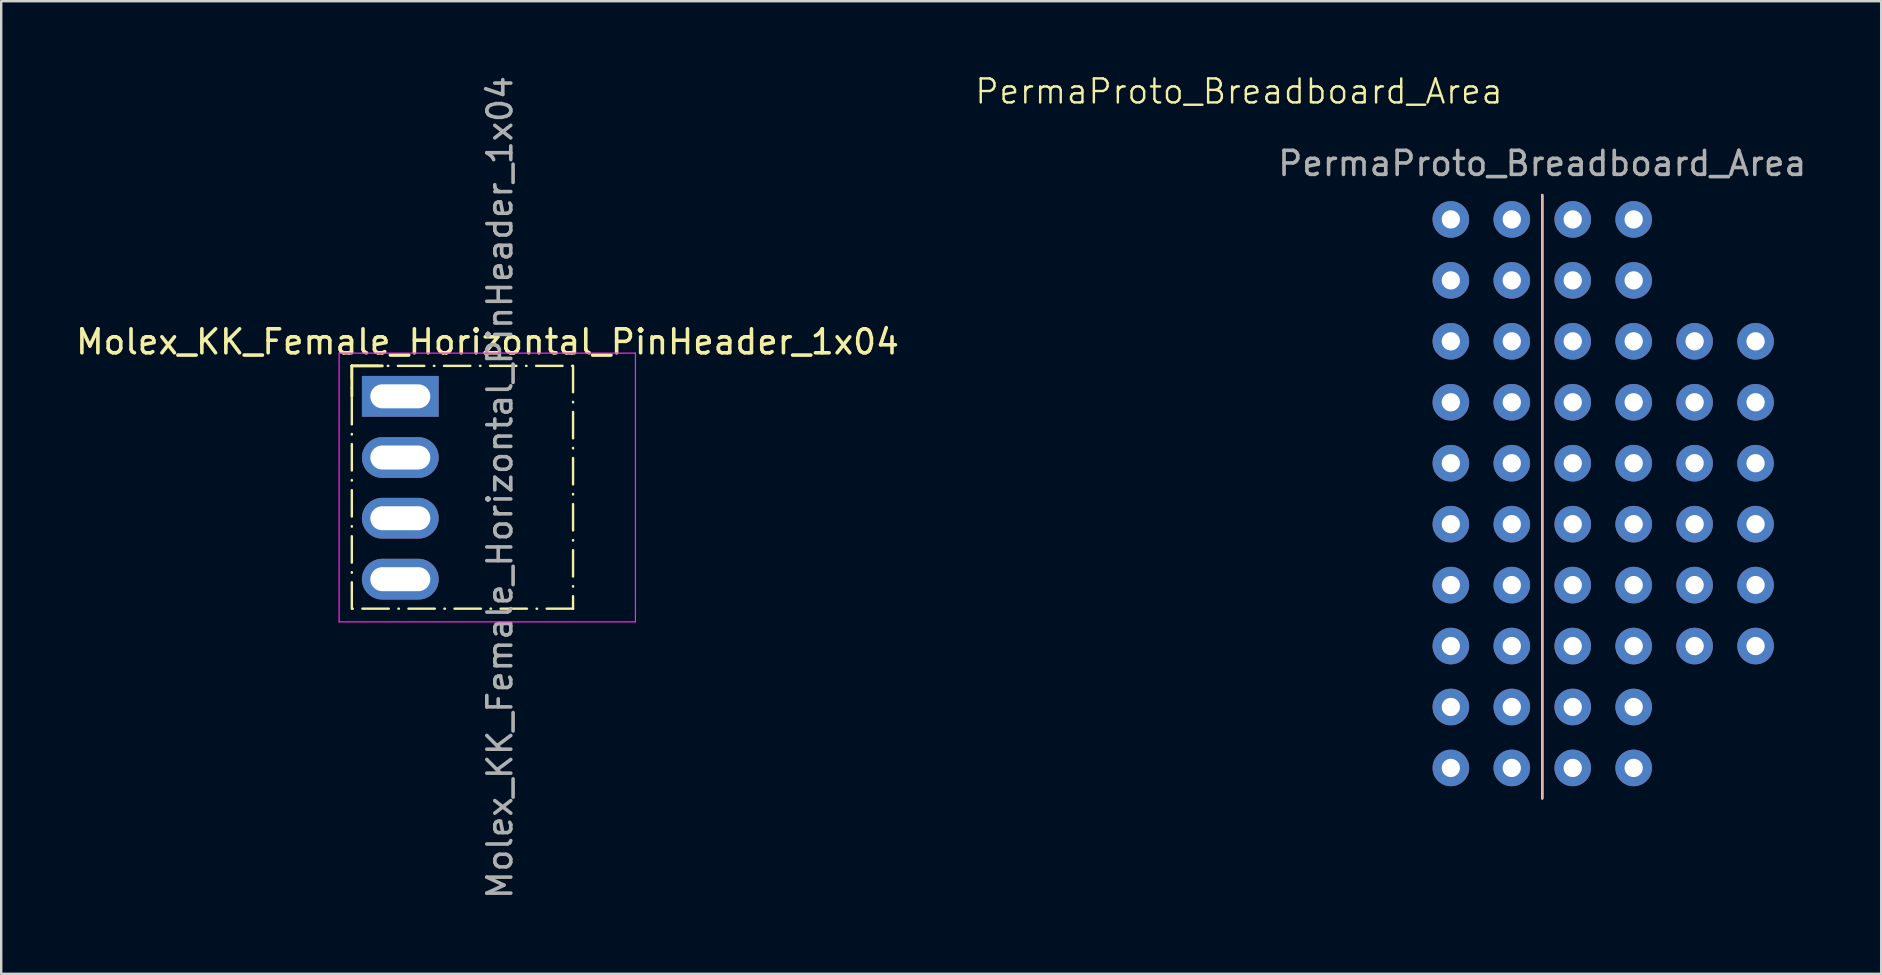
<source format=kicad_pcb>
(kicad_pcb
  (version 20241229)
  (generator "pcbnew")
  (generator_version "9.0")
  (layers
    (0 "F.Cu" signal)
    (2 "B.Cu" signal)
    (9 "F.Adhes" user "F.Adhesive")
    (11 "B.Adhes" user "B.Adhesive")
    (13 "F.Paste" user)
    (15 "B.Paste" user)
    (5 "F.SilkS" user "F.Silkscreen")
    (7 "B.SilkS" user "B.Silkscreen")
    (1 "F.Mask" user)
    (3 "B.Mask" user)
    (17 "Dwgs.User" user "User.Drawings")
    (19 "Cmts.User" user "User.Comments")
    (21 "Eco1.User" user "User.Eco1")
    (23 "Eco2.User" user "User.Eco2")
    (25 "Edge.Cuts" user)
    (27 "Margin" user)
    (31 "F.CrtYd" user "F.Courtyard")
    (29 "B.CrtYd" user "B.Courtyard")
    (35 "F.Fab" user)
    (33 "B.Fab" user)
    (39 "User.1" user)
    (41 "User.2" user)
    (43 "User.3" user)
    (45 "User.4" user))
  (footprint "PermaProto_Breadboard_Area"
    (layer "F.Cu")
    (at 61.226 14.985)
    (property "Reference" "PermaProto_Breadboard_Area" (at -12.64 -14.224 0) (unlocked yes) (layer "F.SilkS") (effects (font (size 1 1) (thickness 0.1))))
    (attr through_hole board_only exclude_from_pos_files exclude_from_bom)
    (fp_line (start 0 -9.906) (end 0 15.24) (stroke (width 0.1) (type default)) (layer "F.SilkS"))
    (fp_line (start 0 -9.906) (end 0 15.24) (stroke (width 0.1) (type default)) (layer "B.SilkS"))
    (fp_text user "${REFERENCE}" (at 0 -11.224 0) (unlocked yes) (layer "F.Fab") (effects (font (size 1 1) (thickness 0.15))))
    (pad "1" thru_hole circle (at -3.81 -8.89) (size 1.524 1.524) (drill 0.762) (layers "*.Cu" "*.Mask"))
    (pad "1" thru_hole circle (at -1.27 -8.89) (size 1.524 1.524) (drill 0.762) (layers "*.Cu" "*.Mask"))
    (pad "3" thru_hole circle (at 1.27 -8.89) (size 1.524 1.524) (drill 0.762) (layers "*.Cu" "*.Mask"))
    (pad "3" thru_hole circle (at 3.81 -8.89) (size 1.524 1.524) (drill 0.762) (layers "*.Cu" "*.Mask"))
    (pad "5" thru_hole circle (at -3.81 -6.35) (size 1.524 1.524) (drill 0.762) (layers "*.Cu" "*.Mask"))
    (pad "5" thru_hole circle (at -1.27 -6.35) (size 1.524 1.524) (drill 0.762) (layers "*.Cu" "*.Mask"))
    (pad "7" thru_hole circle (at 1.27 -6.35) (size 1.524 1.524) (drill 0.762) (layers "*.Cu" "*.Mask"))
    (pad "7" thru_hole circle (at 3.81 -6.35) (size 1.524 1.524) (drill 0.762) (layers "*.Cu" "*.Mask"))
    (pad "9" thru_hole circle (at -3.81 -3.81) (size 1.524 1.524) (drill 0.762) (layers "*.Cu" "*.Mask"))
    (pad "9" thru_hole circle (at -1.27 -3.81) (size 1.524 1.524) (drill 0.762) (layers "*.Cu" "*.Mask"))
    (pad "11" thru_hole circle (at 1.27 -3.81) (size 1.524 1.524) (drill 0.762) (layers "*.Cu" "*.Mask"))
    (pad "11" thru_hole circle (at 3.81 -3.81) (size 1.524 1.524) (drill 0.762) (layers "*.Cu" "*.Mask"))
    (pad "11" thru_hole circle (at 6.35 -3.81) (size 1.524 1.524) (drill 0.762) (layers "*.Cu" "*.Mask"))
    (pad "11" thru_hole circle (at 8.89 -3.81) (size 1.524 1.524) (drill 0.762) (layers "*.Cu" "*.Mask"))
    (pad "13" thru_hole circle (at -3.81 -1.27) (size 1.524 1.524) (drill 0.762) (layers "*.Cu" "*.Mask"))
    (pad "13" thru_hole circle (at -1.27 -1.27) (size 1.524 1.524) (drill 0.762) (layers "*.Cu" "*.Mask"))
    (pad "15" thru_hole circle (at 1.27 -1.27) (size 1.524 1.524) (drill 0.762) (layers "*.Cu" "*.Mask"))
    (pad "15" thru_hole circle (at 3.81 -1.27) (size 1.524 1.524) (drill 0.762) (layers "*.Cu" "*.Mask"))
    (pad "15" thru_hole circle (at 6.35 -1.27) (size 1.524 1.524) (drill 0.762) (layers "*.Cu" "*.Mask"))
    (pad "15" thru_hole circle (at 8.89 -1.27) (size 1.524 1.524) (drill 0.762) (layers "*.Cu" "*.Mask"))
    (pad "17" thru_hole circle (at -3.81 1.27) (size 1.524 1.524) (drill 0.762) (layers "*.Cu" "*.Mask"))
    (pad "17" thru_hole circle (at -1.27 1.27) (size 1.524 1.524) (drill 0.762) (layers "*.Cu" "*.Mask"))
    (pad "19" thru_hole circle (at 1.27 1.27) (size 1.524 1.524) (drill 0.762) (layers "*.Cu" "*.Mask"))
    (pad "19" thru_hole circle (at 3.81 1.27) (size 1.524 1.524) (drill 0.762) (layers "*.Cu" "*.Mask"))
    (pad "19" thru_hole circle (at 6.35 1.27) (size 1.524 1.524) (drill 0.762) (layers "*.Cu" "*.Mask"))
    (pad "19" thru_hole circle (at 8.89 1.27) (size 1.524 1.524) (drill 0.762) (layers "*.Cu" "*.Mask"))
    (pad "21" thru_hole circle (at -3.81 3.81) (size 1.524 1.524) (drill 0.762) (layers "*.Cu" "*.Mask"))
    (pad "21" thru_hole circle (at -1.27 3.81) (size 1.524 1.524) (drill 0.762) (layers "*.Cu" "*.Mask"))
    (pad "23" thru_hole circle (at 1.27 3.81) (size 1.524 1.524) (drill 0.762) (layers "*.Cu" "*.Mask"))
    (pad "23" thru_hole circle (at 3.81 3.81) (size 1.524 1.524) (drill 0.762) (layers "*.Cu" "*.Mask"))
    (pad "23" thru_hole circle (at 6.35 3.81) (size 1.524 1.524) (drill 0.762) (layers "*.Cu" "*.Mask"))
    (pad "23" thru_hole circle (at 8.89 3.81) (size 1.524 1.524) (drill 0.762) (layers "*.Cu" "*.Mask"))
    (pad "25" thru_hole circle (at -3.81 6.35) (size 1.524 1.524) (drill 0.762) (layers "*.Cu" "*.Mask"))
    (pad "25" thru_hole circle (at -1.27 6.35) (size 1.524 1.524) (drill 0.762) (layers "*.Cu" "*.Mask"))
    (pad "27" thru_hole circle (at 1.27 6.35) (size 1.524 1.524) (drill 0.762) (layers "*.Cu" "*.Mask"))
    (pad "27" thru_hole circle (at 3.81 6.35) (size 1.524 1.524) (drill 0.762) (layers "*.Cu" "*.Mask"))
    (pad "27" thru_hole circle (at 6.35 6.35) (size 1.524 1.524) (drill 0.762) (layers "*.Cu" "*.Mask"))
    (pad "27" thru_hole circle (at 8.89 6.35) (size 1.524 1.524) (drill 0.762) (layers "*.Cu" "*.Mask"))
    (pad "29" thru_hole circle (at -3.81 8.89) (size 1.524 1.524) (drill 0.762) (layers "*.Cu" "*.Mask"))
    (pad "29" thru_hole circle (at -1.27 8.89) (size 1.524 1.524) (drill 0.762) (layers "*.Cu" "*.Mask"))
    (pad "31" thru_hole circle (at 1.27 8.89) (size 1.524 1.524) (drill 0.762) (layers "*.Cu" "*.Mask"))
    (pad "31" thru_hole circle (at 3.81 8.89) (size 1.524 1.524) (drill 0.762) (layers "*.Cu" "*.Mask"))
    (pad "31" thru_hole circle (at 6.35 8.89) (size 1.524 1.524) (drill 0.762) (layers "*.Cu" "*.Mask"))
    (pad "31" thru_hole circle (at 8.89 8.89) (size 1.524 1.524) (drill 0.762) (layers "*.Cu" "*.Mask"))
    (pad "33" thru_hole circle (at -3.81 11.43) (size 1.524 1.524) (drill 0.762) (layers "*.Cu" "*.Mask"))
    (pad "33" thru_hole circle (at -3.81 13.97) (size 1.524 1.524) (drill 0.762) (layers "*.Cu" "*.Mask"))
    (pad "33" thru_hole circle (at -1.27 11.43) (size 1.524 1.524) (drill 0.762) (layers "*.Cu" "*.Mask"))
    (pad "33" thru_hole circle (at -1.27 13.97) (size 1.524 1.524) (drill 0.762) (layers "*.Cu" "*.Mask"))
    (pad "35" thru_hole circle (at 1.27 11.43) (size 1.524 1.524) (drill 0.762) (layers "*.Cu" "*.Mask"))
    (pad "35" thru_hole circle (at 1.27 13.97) (size 1.524 1.524) (drill 0.762) (layers "*.Cu" "*.Mask"))
    (pad "35" thru_hole circle (at 3.81 11.43) (size 1.524 1.524) (drill 0.762) (layers "*.Cu" "*.Mask"))
    (pad "35" thru_hole circle (at 3.81 13.97) (size 1.524 1.524) (drill 0.762) (layers "*.Cu" "*.Mask")))
  (footprint "Molex_KK_Female_Horizontal_PinHeader_1x04"
    (layer "F.Cu")
    (at 12.883 13.468)
    (property "Reference" "Molex_KK_Female_Horizontal_PinHeader_1x04" (at 4.385 -2.27 180) (layer "F.SilkS") (effects (font (size 1 1) (thickness 0.15))))
    (attr through_hole exclude_from_pos_files exclude_from_bom)
    (fp_line (start -1.27 -1.27) (end 0 -1.27) (stroke (width 0.12) (type solid)) (layer "F.SilkS"))
    (fp_line (start -1.27 0) (end -1.27 -1.27) (stroke (width 0.12) (type solid)) (layer "F.SilkS"))
    (fp_rect (start -1.27 -1.27) (end 7.95 8.85) (stroke (width 0.1) (type dash_dot)) (fill no) (layer "F.SilkS"))
    (fp_line (start -1.8 -1.8) (end -1.8 9.4) (stroke (width 0.05) (type solid)) (layer "F.CrtYd"))
    (fp_line (start -1.8 9.4) (end 10.55 9.4) (stroke (width 0.05) (type solid)) (layer "F.CrtYd"))
    (fp_line (start 10.55 -1.8) (end -1.8 -1.8) (stroke (width 0.05) (type solid)) (layer "F.CrtYd"))
    (fp_line (start 10.55 9.4) (end 10.55 -1.8) (stroke (width 0.05) (type solid)) (layer "F.CrtYd"))
    (fp_text user "${REFERENCE}" (at 4.9 3.8 270) (layer "F.Fab") (effects (font (size 1 1) (thickness 0.15))))
    (pad "1" thru_hole rect (at 0.75 0) (size 3.2 1.7) (drill oval 2.5 1) (layers "*.Cu" "*.Mask"))
    (pad "2" thru_hole oval (at 0.75 2.55) (size 3.2 1.7) (drill oval 2.5 1) (layers "*.Cu" "*.Mask"))
    (pad "3" thru_hole oval (at 0.75 5.08) (size 3.2 1.7) (drill oval 2.5 1) (layers "*.Cu" "*.Mask"))
    (pad "4" thru_hole oval (at 0.75 7.62) (size 3.2 1.7) (drill oval 2.5 1) (layers "*.Cu" "*.Mask")))
  (gr_rect
    (start -3 -3)
    (end 75.351 37.536)
    (stroke (width 0.1) (type default))
    (fill no)
    (layer "Edge.Cuts")))
</source>
